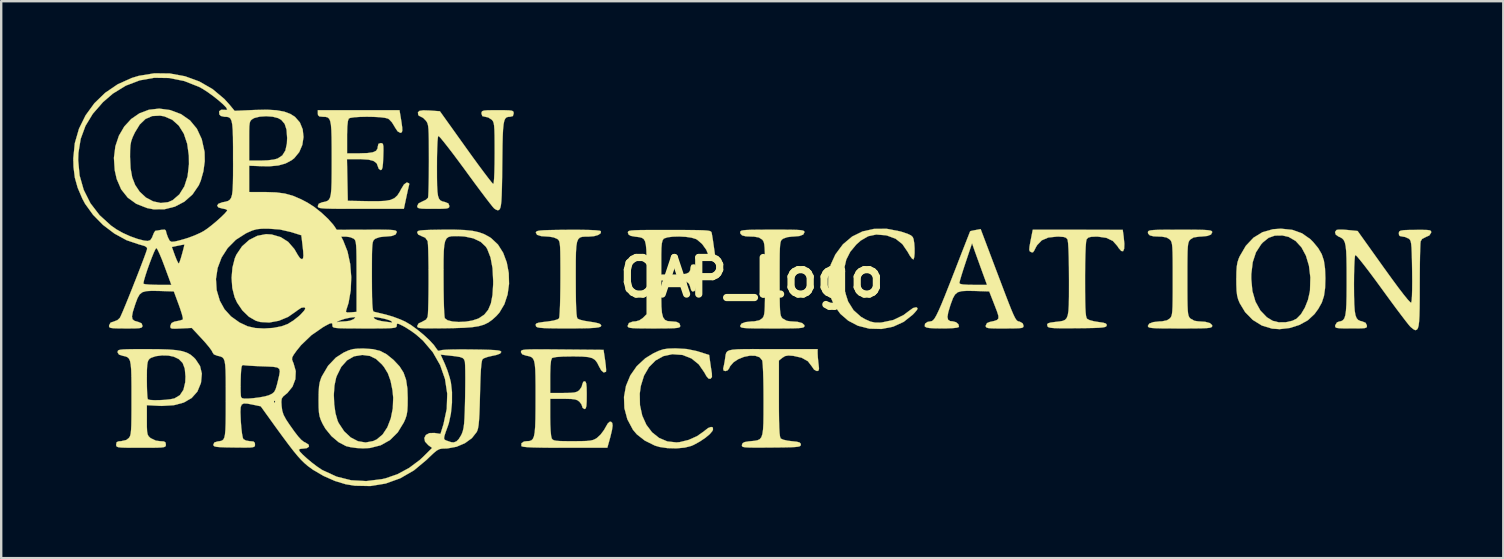
<source format=kicad_pcb>
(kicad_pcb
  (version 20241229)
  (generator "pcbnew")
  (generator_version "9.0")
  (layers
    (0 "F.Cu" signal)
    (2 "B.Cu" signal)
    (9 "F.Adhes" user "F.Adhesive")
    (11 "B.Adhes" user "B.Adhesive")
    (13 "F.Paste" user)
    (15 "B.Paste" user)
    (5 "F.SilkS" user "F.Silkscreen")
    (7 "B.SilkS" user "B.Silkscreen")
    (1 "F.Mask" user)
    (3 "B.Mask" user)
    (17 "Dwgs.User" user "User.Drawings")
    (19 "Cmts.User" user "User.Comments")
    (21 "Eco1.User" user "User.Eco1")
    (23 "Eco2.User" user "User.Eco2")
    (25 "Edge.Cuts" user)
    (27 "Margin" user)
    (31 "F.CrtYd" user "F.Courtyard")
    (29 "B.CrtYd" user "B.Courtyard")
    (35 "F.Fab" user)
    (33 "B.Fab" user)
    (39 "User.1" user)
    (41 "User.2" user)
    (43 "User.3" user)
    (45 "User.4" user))
  (footprint "OAP_Logo"
    (layer "F.Cu")
    (at 28.288 8.517)
    (property "Reference" "OAP_Logo" (at 0 0 0) (layer "F.SilkS") (effects (font (size 1.524 1.524) (thickness 0.3))))
    (attr through_hole)
    (fp_poly (pts (xy -24.247 -6.98) (xy -24.247 -6.98) (xy -23.791 -6.809) (xy -23.419 -6.549) (xy -23.132 -6.202) (xy -22.93 -5.769) (xy -22.814 -5.248) (xy -22.811 -5.229) (xy -22.804 -4.847) (xy -22.86 -4.429) (xy -22.971 -4.034) (xy -23.054 -3.841) (xy -23.314 -3.462) (xy -23.651 -3.163) (xy -24.047 -2.955) (xy -24.482 -2.845) (xy -24.935 -2.842) (xy -25.212 -2.896) (xy -25.658 -3.072) (xy -26.016 -3.331) (xy -26.287 -3.674) (xy -26.473 -4.104) (xy -26.555 -4.465) (xy -26.59 -4.986) (xy -26.585 -5.027) (xy -25.918 -5.027) (xy -25.896 -4.556) (xy -25.828 -4.175) (xy -25.705 -3.858) (xy -25.521 -3.582) (xy -25.516 -3.575) (xy -25.253 -3.331) (xy -24.952 -3.173) (xy -24.637 -3.107) (xy -24.333 -3.14) (xy -24.143 -3.223) (xy -23.862 -3.465) (xy -23.654 -3.799) (xy -23.519 -4.22) (xy -23.462 -4.719) (xy -23.466 -5.073) (xy -23.535 -5.574) (xy -23.677 -5.997) (xy -23.887 -6.332) (xy -24.159 -6.575) (xy -24.489 -6.717) (xy -24.668 -6.747) (xy -24.994 -6.73) (xy -25.273 -6.609) (xy -25.514 -6.377) (xy -25.716 -6.046) (xy -25.81 -5.847) (xy -25.869 -5.683) (xy -25.901 -5.515) (xy -25.915 -5.304) (xy -25.918 -5.027) (xy -26.585 -5.027) (xy -26.529 -5.471) (xy -26.382 -5.91) (xy -26.159 -6.292) (xy -25.87 -6.607) (xy -25.525 -6.844) (xy -25.132 -6.992) (xy -24.703 -7.041) (xy -24.247 -6.98)) (stroke (width 0.01) (type solid)) (fill yes) (layer "F.SilkS"))
    (fp_poly (pts (xy 6.182 -1.922) (xy 6.258 -1.9) (xy 6.491 -1.822) (xy 6.631 -1.756) (xy 6.706 -1.685) (xy 6.739 -1.604) (xy 6.768 -1.429) (xy 6.782 -1.22) (xy 6.782 -1.014) (xy 6.767 -0.848) (xy 6.739 -0.758) (xy 6.731 -0.753) (xy 6.673 -0.791) (xy 6.584 -0.912) (xy 6.492 -1.072) (xy 6.27 -1.396) (xy 5.991 -1.617) (xy 5.637 -1.748) (xy 5.571 -1.761) (xy 5.185 -1.792) (xy 4.849 -1.721) (xy 4.539 -1.541) (xy 4.353 -1.376) (xy 4.101 -1.073) (xy 3.935 -0.745) (xy 3.846 -0.362) (xy 3.823 0.055) (xy 3.871 0.562) (xy 4.011 1) (xy 4.238 1.362) (xy 4.55 1.64) (xy 4.729 1.743) (xy 4.95 1.839) (xy 5.137 1.879) (xy 5.354 1.878) (xy 5.415 1.873) (xy 5.893 1.772) (xy 6.32 1.566) (xy 6.536 1.403) (xy 6.718 1.272) (xy 6.849 1.24) (xy 6.863 1.244) (xy 6.906 1.28) (xy 6.885 1.346) (xy 6.788 1.462) (xy 6.703 1.551) (xy 6.328 1.848) (xy 5.89 2.048) (xy 5.409 2.144) (xy 4.9 2.131) (xy 4.887 2.129) (xy 4.418 2.009) (xy 4.018 1.799) (xy 3.689 1.515) (xy 3.437 1.169) (xy 3.266 0.777) (xy 3.181 0.354) (xy 3.185 -0.087) (xy 3.284 -0.531) (xy 3.482 -0.963) (xy 3.783 -1.368) (xy 3.804 -1.391) (xy 4.18 -1.708) (xy 4.614 -1.921) (xy 5.099 -2.029) (xy 5.624 -2.03) (xy 6.182 -1.922)) (stroke (width 0.01) (type solid)) (fill yes) (layer "F.SilkS"))
    (fp_poly (pts (xy -2.715 2.98) (xy -2.305 3.064) (xy -2.215 3.091) (xy -1.78 3.228) (xy -1.74 3.517) (xy -1.708 3.738) (xy -1.676 3.943) (xy -1.667 3.996) (xy -1.663 4.148) (xy -1.724 4.22) (xy -1.731 4.223) (xy -1.808 4.212) (xy -1.896 4.109) (xy -1.977 3.963) (xy -2.212 3.621) (xy -2.515 3.375) (xy -2.88 3.231) (xy -2.906 3.226) (xy -3.315 3.196) (xy -3.688 3.276) (xy -4.015 3.458) (xy -4.288 3.733) (xy -4.496 4.092) (xy -4.63 4.526) (xy -4.673 4.84) (xy -4.664 5.32) (xy -4.569 5.757) (xy -4.397 6.139) (xy -4.159 6.453) (xy -3.864 6.688) (xy -3.522 6.832) (xy -3.144 6.873) (xy -3.009 6.861) (xy -2.638 6.77) (xy -2.283 6.611) (xy -1.993 6.408) (xy -1.968 6.385) (xy -1.821 6.272) (xy -1.699 6.228) (xy -1.625 6.251) (xy -1.621 6.342) (xy -1.646 6.399) (xy -1.755 6.528) (xy -1.941 6.683) (xy -2.173 6.838) (xy -2.415 6.971) (xy -2.518 7.017) (xy -2.796 7.089) (xy -3.142 7.121) (xy -3.508 7.112) (xy -3.848 7.063) (xy -4.043 7.005) (xy -4.462 6.797) (xy -4.794 6.537) (xy -4.957 6.345) (xy -5.19 5.908) (xy -5.313 5.446) (xy -5.33 4.977) (xy -5.247 4.517) (xy -5.067 4.083) (xy -4.796 3.693) (xy -4.437 3.362) (xy -4.095 3.154) (xy -3.874 3.053) (xy -3.691 2.992) (xy -3.498 2.963) (xy -3.245 2.955) (xy -3.169 2.954) (xy -2.715 2.98)) (stroke (width 0.01) (type solid)) (fill yes) (layer "F.SilkS"))
    (fp_poly (pts (xy 22.523 -1.987) (xy 22.927 -1.844) (xy 23.274 -1.601) (xy 23.391 -1.484) (xy 23.604 -1.227) (xy 23.751 -0.977) (xy 23.843 -0.701) (xy 23.89 -0.368) (xy 23.904 0.03) (xy 23.892 0.442) (xy 23.846 0.768) (xy 23.755 1.045) (xy 23.608 1.308) (xy 23.449 1.525) (xy 23.177 1.779) (xy 22.824 1.975) (xy 22.421 2.103) (xy 21.999 2.152) (xy 21.68 2.13) (xy 21.257 2.001) (xy 20.878 1.767) (xy 20.56 1.443) (xy 20.332 1.066) (xy 20.267 0.907) (xy 20.226 0.747) (xy 20.203 0.552) (xy 20.193 0.288) (xy 20.192 0.091) (xy 20.192 0.061) (xy 20.815 0.061) (xy 20.862 0.563) (xy 20.99 1.004) (xy 21.193 1.373) (xy 21.463 1.655) (xy 21.709 1.805) (xy 21.96 1.867) (xy 22.252 1.864) (xy 22.531 1.802) (xy 22.706 1.715) (xy 22.887 1.529) (xy 23.049 1.257) (xy 23.178 0.934) (xy 23.255 0.596) (xy 23.263 0.528) (xy 23.278 -0.006) (xy 23.22 -0.489) (xy 23.094 -0.91) (xy 22.907 -1.259) (xy 22.664 -1.524) (xy 22.37 -1.694) (xy 22.114 -1.752) (xy 21.797 -1.747) (xy 21.535 -1.654) (xy 21.296 -1.46) (xy 21.223 -1.379) (xy 21.01 -1.048) (xy 20.876 -0.639) (xy 20.817 -0.143) (xy 20.815 0.061) (xy 20.192 0.061) (xy 20.196 -0.228) (xy 20.211 -0.459) (xy 20.241 -0.635) (xy 20.292 -0.79) (xy 20.33 -0.878) (xy 20.589 -1.322) (xy 20.907 -1.659) (xy 21.283 -1.889) (xy 21.718 -2.013) (xy 22.05 -2.036) (xy 22.523 -1.987)) (stroke (width 0.01) (type solid)) (fill yes) (layer "F.SilkS"))
    (fp_poly (pts (xy -15.795 2.985) (xy -15.494 3.059) (xy -15.226 3.199) (xy -14.952 3.421) (xy -14.924 3.447) (xy -14.685 3.702) (xy -14.518 3.964) (xy -14.413 4.262) (xy -14.358 4.625) (xy -14.345 5.025) (xy -14.348 5.336) (xy -14.361 5.56) (xy -14.389 5.732) (xy -14.439 5.886) (xy -14.504 6.035) (xy -14.76 6.455) (xy -15.084 6.776) (xy -15.472 6.993) (xy -15.919 7.106) (xy -16.202 7.121) (xy -16.469 7.107) (xy -16.726 7.072) (xy -16.914 7.027) (xy -17.223 6.864) (xy -17.521 6.613) (xy -17.773 6.304) (xy -17.889 6.104) (xy -17.966 5.937) (xy -18.016 5.789) (xy -18.044 5.626) (xy -18.057 5.412) (xy -18.06 5.113) (xy -18.06 5.086) (xy -18.057 4.884) (xy -17.424 4.884) (xy -17.408 5.281) (xy -17.356 5.655) (xy -17.267 5.968) (xy -17.225 6.061) (xy -16.994 6.41) (xy -16.72 6.666) (xy -16.418 6.823) (xy -16.101 6.876) (xy -15.783 6.817) (xy -15.63 6.745) (xy -15.389 6.541) (xy -15.193 6.243) (xy -15.05 5.873) (xy -14.966 5.455) (xy -14.949 5.008) (xy -14.979 4.7) (xy -15.059 4.305) (xy -15.171 3.994) (xy -15.329 3.734) (xy -15.419 3.623) (xy -15.664 3.395) (xy -15.919 3.269) (xy -16.223 3.229) (xy -16.245 3.229) (xy -16.583 3.285) (xy -16.874 3.453) (xy -17.116 3.726) (xy -17.301 4.102) (xy -17.331 4.187) (xy -17.398 4.506) (xy -17.424 4.884) (xy -18.057 4.884) (xy -18.055 4.766) (xy -18.04 4.534) (xy -18.009 4.357) (xy -17.958 4.201) (xy -17.921 4.116) (xy -17.663 3.678) (xy -17.338 3.337) (xy -17.009 3.126) (xy -16.803 3.034) (xy -16.621 2.983) (xy -16.41 2.962) (xy -16.172 2.96) (xy -15.795 2.985)) (stroke (width 0.01) (type solid)) (fill yes) (layer "F.SilkS"))
    (fp_poly (pts (xy -6.78 -1.982) (xy -6.503 -1.969) (xy -6.34 -1.95) (xy -6.294 -1.933) (xy -6.298 -1.849) (xy -6.4 -1.776) (xy -6.575 -1.724) (xy -6.792 -1.706) (xy -6.95 -1.705) (xy -7.075 -1.696) (xy -7.169 -1.664) (xy -7.238 -1.597) (xy -7.286 -1.481) (xy -7.316 -1.304) (xy -7.332 -1.052) (xy -7.339 -0.712) (xy -7.34 -0.272) (xy -7.34 0.053) (xy -7.338 0.577) (xy -7.333 0.989) (xy -7.323 1.298) (xy -7.309 1.516) (xy -7.29 1.651) (xy -7.266 1.713) (xy -7.265 1.713) (xy -7.169 1.758) (xy -6.991 1.803) (xy -6.782 1.837) (xy -6.566 1.87) (xy -6.398 1.908) (xy -6.317 1.943) (xy -6.278 1.999) (xy -6.294 2.042) (xy -6.376 2.074) (xy -6.534 2.096) (xy -6.78 2.111) (xy -7.124 2.119) (xy -7.577 2.121) (xy -7.649 2.121) (xy -8.092 2.12) (xy -8.428 2.116) (xy -8.67 2.108) (xy -8.834 2.095) (xy -8.934 2.076) (xy -8.984 2.05) (xy -8.996 2.033) (xy -9.013 1.963) (xy -8.985 1.917) (xy -8.893 1.884) (xy -8.714 1.856) (xy -8.53 1.836) (xy -8.271 1.796) (xy -8.098 1.745) (xy -8.036 1.701) (xy -8.021 1.619) (xy -8.008 1.432) (xy -7.996 1.157) (xy -7.988 0.813) (xy -7.982 0.416) (xy -7.98 0.049) (xy -7.98 -0.427) (xy -7.982 -0.797) (xy -7.986 -1.074) (xy -7.993 -1.273) (xy -8.006 -1.41) (xy -8.025 -1.498) (xy -8.051 -1.553) (xy -8.085 -1.589) (xy -8.115 -1.611) (xy -8.265 -1.673) (xy -8.46 -1.705) (xy -8.495 -1.706) (xy -8.781 -1.725) (xy -8.951 -1.778) (xy -9.004 -1.866) (xy -9.002 -1.881) (xy -8.984 -1.914) (xy -8.934 -1.939) (xy -8.837 -1.957) (xy -8.679 -1.97) (xy -8.444 -1.978) (xy -8.118 -1.984) (xy -7.686 -1.988) (xy -7.658 -1.988) (xy -7.167 -1.988) (xy -6.78 -1.982)) (stroke (width 0.01) (type solid)) (fill yes) (layer "F.SilkS"))
    (fp_poly (pts (xy 13.583 -1.991) (xy 15.458 -1.99) (xy 15.495 -1.718) (xy 15.525 -1.407) (xy 15.517 -1.199) (xy 15.473 -1.097) (xy 15.396 -1.106) (xy 15.287 -1.229) (xy 15.234 -1.313) (xy 15.046 -1.524) (xy 14.775 -1.654) (xy 14.415 -1.705) (xy 14.349 -1.706) (xy 14.141 -1.696) (xy 14.021 -1.663) (xy 13.954 -1.594) (xy 13.951 -1.588) (xy 13.931 -1.488) (xy 13.914 -1.276) (xy 13.901 -0.964) (xy 13.892 -0.562) (xy 13.888 -0.08) (xy 13.888 0.083) (xy 13.889 0.576) (xy 13.893 0.96) (xy 13.9 1.249) (xy 13.912 1.457) (xy 13.928 1.597) (xy 13.95 1.682) (xy 13.975 1.723) (xy 14.08 1.777) (xy 14.263 1.825) (xy 14.436 1.853) (xy 14.645 1.883) (xy 14.755 1.918) (xy 14.791 1.968) (xy 14.789 1.998) (xy 14.772 2.034) (xy 14.724 2.061) (xy 14.631 2.08) (xy 14.476 2.094) (xy 14.244 2.103) (xy 13.919 2.109) (xy 13.564 2.113) (xy 13.144 2.116) (xy 12.83 2.115) (xy 12.607 2.109) (xy 12.46 2.096) (xy 12.373 2.076) (xy 12.331 2.048) (xy 12.324 2.035) (xy 12.306 1.958) (xy 12.341 1.91) (xy 12.45 1.878) (xy 12.656 1.85) (xy 12.677 1.848) (xy 12.835 1.83) (xy 12.959 1.807) (xy 13.053 1.765) (xy 13.121 1.69) (xy 13.167 1.57) (xy 13.196 1.389) (xy 13.211 1.134) (xy 13.217 0.793) (xy 13.218 0.35) (xy 13.218 0.078) (xy 13.215 -0.425) (xy 13.208 -0.852) (xy 13.196 -1.192) (xy 13.18 -1.435) (xy 13.161 -1.57) (xy 13.155 -1.588) (xy 13.097 -1.655) (xy 12.994 -1.691) (xy 12.815 -1.704) (xy 12.713 -1.705) (xy 12.356 -1.667) (xy 12.085 -1.551) (xy 11.891 -1.35) (xy 11.842 -1.267) (xy 11.767 -1.119) (xy 11.721 -1.054) (xy 11.678 -1.047) (xy 11.622 -1.067) (xy 11.578 -1.099) (xy 11.562 -1.166) (xy 11.573 -1.295) (xy 11.613 -1.512) (xy 11.62 -1.547) (xy 11.708 -1.992) (xy 13.583 -1.991)) (stroke (width 0.01) (type solid)) (fill yes) (layer "F.SilkS"))
    (fp_poly (pts (xy 18.285 -1.993) (xy 18.616 -1.99) (xy 18.855 -1.984) (xy 19.017 -1.973) (xy 19.116 -1.957) (xy 19.167 -1.935) (xy 19.186 -1.904) (xy 19.187 -1.887) (xy 19.137 -1.791) (xy 18.984 -1.732) (xy 18.72 -1.707) (xy 18.654 -1.706) (xy 18.411 -1.67) (xy 18.273 -1.584) (xy 18.236 -1.54) (xy 18.207 -1.484) (xy 18.185 -1.399) (xy 18.17 -1.272) (xy 18.16 -1.086) (xy 18.155 -0.826) (xy 18.152 -0.478) (xy 18.152 -0.025) (xy 18.152 0.061) (xy 18.152 0.532) (xy 18.154 0.897) (xy 18.159 1.17) (xy 18.168 1.367) (xy 18.182 1.503) (xy 18.203 1.594) (xy 18.23 1.654) (xy 18.266 1.699) (xy 18.273 1.706) (xy 18.444 1.803) (xy 18.601 1.827) (xy 18.894 1.846) (xy 19.091 1.899) (xy 19.182 1.983) (xy 19.187 2.013) (xy 19.18 2.049) (xy 19.148 2.076) (xy 19.078 2.096) (xy 18.953 2.109) (xy 18.759 2.117) (xy 18.482 2.121) (xy 18.105 2.123) (xy 17.847 2.123) (xy 17.409 2.122) (xy 17.079 2.12) (xy 16.84 2.114) (xy 16.678 2.104) (xy 16.579 2.088) (xy 16.528 2.065) (xy 16.509 2.034) (xy 16.507 2.013) (xy 16.565 1.92) (xy 16.732 1.858) (xy 16.998 1.829) (xy 17.093 1.827) (xy 17.301 1.784) (xy 17.421 1.706) (xy 17.458 1.662) (xy 17.487 1.605) (xy 17.509 1.521) (xy 17.524 1.394) (xy 17.534 1.208) (xy 17.539 0.948) (xy 17.542 0.6) (xy 17.542 0.147) (xy 17.542 0.061) (xy 17.542 -0.41) (xy 17.54 -0.775) (xy 17.535 -1.048) (xy 17.526 -1.245) (xy 17.512 -1.382) (xy 17.491 -1.472) (xy 17.464 -1.532) (xy 17.428 -1.577) (xy 17.421 -1.584) (xy 17.285 -1.669) (xy 17.084 -1.704) (xy 16.999 -1.706) (xy 16.742 -1.717) (xy 16.587 -1.756) (xy 16.516 -1.829) (xy 16.507 -1.886) (xy 16.515 -1.921) (xy 16.549 -1.948) (xy 16.623 -1.967) (xy 16.754 -1.98) (xy 16.954 -1.988) (xy 17.24 -1.992) (xy 17.625 -1.993) (xy 17.847 -1.993) (xy 18.285 -1.993)) (stroke (width 0.01) (type solid)) (fill yes) (layer "F.SilkS"))
    (fp_poly (pts (xy 1.291 -1.994) (xy 1.622 -1.992) (xy 1.861 -1.986) (xy 2.022 -1.976) (xy 2.121 -1.96) (xy 2.173 -1.937) (xy 2.191 -1.907) (xy 2.193 -1.888) (xy 2.141 -1.79) (xy 1.984 -1.73) (xy 1.715 -1.707) (xy 1.673 -1.706) (xy 1.478 -1.682) (xy 1.314 -1.624) (xy 1.293 -1.611) (xy 1.251 -1.579) (xy 1.219 -1.538) (xy 1.196 -1.474) (xy 1.179 -1.371) (xy 1.168 -1.215) (xy 1.161 -0.991) (xy 1.158 -0.685) (xy 1.157 -0.28) (xy 1.157 0.034) (xy 1.158 0.51) (xy 1.16 0.879) (xy 1.165 1.156) (xy 1.174 1.357) (xy 1.187 1.496) (xy 1.207 1.589) (xy 1.234 1.65) (xy 1.269 1.695) (xy 1.279 1.706) (xy 1.45 1.803) (xy 1.607 1.827) (xy 1.9 1.846) (xy 2.097 1.899) (xy 2.188 1.983) (xy 2.193 2.013) (xy 2.186 2.049) (xy 2.154 2.076) (xy 2.083 2.096) (xy 1.959 2.109) (xy 1.765 2.117) (xy 1.487 2.121) (xy 1.111 2.123) (xy 0.853 2.123) (xy 0.415 2.122) (xy 0.084 2.12) (xy -0.154 2.114) (xy -0.316 2.104) (xy -0.415 2.088) (xy -0.466 2.065) (xy -0.485 2.034) (xy -0.487 2.013) (xy -0.43 1.92) (xy -0.263 1.858) (xy 0.004 1.829) (xy 0.099 1.827) (xy 0.307 1.784) (xy 0.426 1.706) (xy 0.464 1.662) (xy 0.493 1.605) (xy 0.514 1.521) (xy 0.53 1.394) (xy 0.539 1.208) (xy 0.545 0.948) (xy 0.548 0.6) (xy 0.548 0.147) (xy 0.548 0.061) (xy 0.548 -0.41) (xy 0.546 -0.775) (xy 0.54 -1.048) (xy 0.531 -1.245) (xy 0.517 -1.382) (xy 0.497 -1.472) (xy 0.469 -1.532) (xy 0.433 -1.577) (xy 0.426 -1.584) (xy 0.291 -1.669) (xy 0.089 -1.704) (xy 0.005 -1.706) (xy -0.252 -1.717) (xy -0.407 -1.756) (xy -0.478 -1.829) (xy -0.487 -1.886) (xy -0.479 -1.921) (xy -0.445 -1.948) (xy -0.371 -1.967) (xy -0.241 -1.98) (xy -0.041 -1.988) (xy 0.245 -1.992) (xy 0.63 -1.994) (xy 0.853 -1.995) (xy 1.291 -1.994)) (stroke (width 0.01) (type solid)) (fill yes) (layer "F.SilkS"))
    (fp_poly (pts (xy 0.488 2.984) (xy 0.857 2.985) (xy 2.741 2.985) (xy 2.741 3.159) (xy 2.75 3.329) (xy 2.771 3.545) (xy 2.78 3.616) (xy 2.798 3.788) (xy 2.784 3.871) (xy 2.73 3.896) (xy 2.704 3.897) (xy 2.594 3.841) (xy 2.497 3.701) (xy 2.334 3.488) (xy 2.074 3.343) (xy 1.729 3.265) (xy 1.521 3.25) (xy 1.383 3.275) (xy 1.272 3.344) (xy 1.127 3.461) (xy 1.127 5.047) (xy 1.128 5.559) (xy 1.133 5.96) (xy 1.141 6.263) (xy 1.154 6.479) (xy 1.172 6.62) (xy 1.195 6.696) (xy 1.206 6.712) (xy 1.306 6.759) (xy 1.485 6.8) (xy 1.663 6.822) (xy 1.874 6.845) (xy 1.99 6.877) (xy 2.036 6.927) (xy 2.041 6.964) (xy 2.033 7.002) (xy 2.001 7.031) (xy 1.929 7.051) (xy 1.802 7.065) (xy 1.603 7.075) (xy 1.317 7.081) (xy 0.929 7.085) (xy 0.805 7.086) (xy 0.388 7.089) (xy 0.077 7.089) (xy -0.142 7.085) (xy -0.286 7.076) (xy -0.369 7.06) (xy -0.407 7.035) (xy -0.416 7) (xy -0.413 6.974) (xy -0.383 6.902) (xy -0.3 6.858) (xy -0.135 6.83) (xy -0.04 6.821) (xy 0.115 6.806) (xy 0.236 6.783) (xy 0.328 6.739) (xy 0.394 6.659) (xy 0.438 6.53) (xy 0.466 6.339) (xy 0.481 6.071) (xy 0.486 5.713) (xy 0.487 5.251) (xy 0.487 5.078) (xy 0.485 4.658) (xy 0.479 4.272) (xy 0.469 3.939) (xy 0.456 3.678) (xy 0.441 3.507) (xy 0.431 3.453) (xy 0.324 3.325) (xy 0.145 3.262) (xy -0.08 3.257) (xy -0.324 3.305) (xy -0.561 3.399) (xy -0.765 3.533) (xy -0.908 3.699) (xy -0.948 3.787) (xy -1.012 3.871) (xy -1.105 3.901) (xy -1.181 3.875) (xy -1.195 3.792) (xy -1.195 3.792) (xy -1.165 3.663) (xy -1.131 3.482) (xy -1.125 3.441) (xy -1.107 3.314) (xy -1.092 3.212) (xy -1.067 3.134) (xy -1.018 3.075) (xy -0.932 3.034) (xy -0.798 3.008) (xy -0.601 2.992) (xy -0.33 2.985) (xy 0.029 2.983) (xy 0.488 2.984)) (stroke (width 0.01) (type solid)) (fill yes) (layer "F.SilkS"))
    (fp_poly (pts (xy -11.972 -1.979) (xy -11.645 -1.945) (xy -11.378 -1.887) (xy -11.151 -1.804) (xy -10.943 -1.691) (xy -10.867 -1.641) (xy -10.583 -1.375) (xy -10.365 -1.029) (xy -10.215 -0.625) (xy -10.133 -0.186) (xy -10.121 0.265) (xy -10.181 0.706) (xy -10.315 1.113) (xy -10.524 1.464) (xy -10.648 1.602) (xy -10.817 1.756) (xy -10.983 1.875) (xy -11.164 1.964) (xy -11.379 2.027) (xy -11.648 2.069) (xy -11.99 2.095) (xy -12.424 2.109) (xy -12.715 2.114) (xy -13.132 2.119) (xy -13.443 2.12) (xy -13.664 2.117) (xy -13.809 2.108) (xy -13.894 2.091) (xy -13.935 2.067) (xy -13.948 2.032) (xy -13.949 2.018) (xy -13.89 1.913) (xy -13.753 1.85) (xy -13.578 1.753) (xy -13.516 1.643) (xy -13.502 1.534) (xy -13.492 1.324) (xy -13.484 1.036) (xy -13.478 0.691) (xy -13.475 0.311) (xy -13.475 -0.083) (xy -13.476 -0.333) (xy -12.852 -0.333) (xy -12.851 0.055) (xy -12.849 0.482) (xy -12.843 0.871) (xy -12.834 1.205) (xy -12.823 1.466) (xy -12.809 1.637) (xy -12.797 1.699) (xy -12.68 1.783) (xy -12.476 1.834) (xy -12.218 1.853) (xy -11.934 1.84) (xy -11.657 1.794) (xy -11.417 1.716) (xy -11.38 1.699) (xy -11.156 1.55) (xy -10.991 1.348) (xy -10.877 1.079) (xy -10.81 0.728) (xy -10.783 0.278) (xy -10.782 0.148) (xy -10.809 -0.389) (xy -10.892 -0.836) (xy -11.028 -1.185) (xy -11.093 -1.289) (xy -11.305 -1.488) (xy -11.608 -1.632) (xy -11.978 -1.711) (xy -12.18 -1.723) (xy -12.373 -1.726) (xy -12.525 -1.72) (xy -12.641 -1.691) (xy -12.726 -1.628) (xy -12.784 -1.516) (xy -12.821 -1.344) (xy -12.841 -1.098) (xy -12.85 -0.765) (xy -12.852 -0.333) (xy -13.476 -0.333) (xy -13.477 -0.469) (xy -13.482 -0.825) (xy -13.489 -1.131) (xy -13.499 -1.363) (xy -13.511 -1.501) (xy -13.515 -1.519) (xy -13.611 -1.657) (xy -13.753 -1.719) (xy -13.905 -1.79) (xy -13.949 -1.876) (xy -13.939 -1.914) (xy -13.899 -1.943) (xy -13.811 -1.963) (xy -13.66 -1.976) (xy -13.429 -1.985) (xy -13.101 -1.991) (xy -12.889 -1.994) (xy -12.38 -1.994) (xy -11.972 -1.979)) (stroke (width 0.01) (type solid)) (fill yes) (layer "F.SilkS"))
    (fp_poly (pts (xy 10.199 -0.263) (xy 10.404 0.277) (xy 10.57 0.715) (xy 10.704 1.061) (xy 10.809 1.326) (xy 10.892 1.521) (xy 10.957 1.657) (xy 11.009 1.746) (xy 11.054 1.798) (xy 11.095 1.824) (xy 11.14 1.835) (xy 11.161 1.838) (xy 11.285 1.907) (xy 11.318 1.989) (xy 11.321 2.043) (xy 11.3 2.079) (xy 11.235 2.103) (xy 11.108 2.115) (xy 10.9 2.121) (xy 10.591 2.123) (xy 10.541 2.124) (xy 10.217 2.123) (xy 9.995 2.119) (xy 9.856 2.107) (xy 9.781 2.085) (xy 9.751 2.051) (xy 9.746 2.008) (xy 9.8 1.9) (xy 9.913 1.853) (xy 10.101 1.811) (xy 10.22 1.769) (xy 10.276 1.705) (xy 10.275 1.597) (xy 10.221 1.423) (xy 10.12 1.161) (xy 10.094 1.093) (xy 9.893 0.579) (xy 9.313 0.561) (xy 8.979 0.555) (xy 8.743 0.568) (xy 8.58 0.614) (xy 8.468 0.708) (xy 8.381 0.862) (xy 8.296 1.091) (xy 8.273 1.158) (xy 8.185 1.447) (xy 8.153 1.642) (xy 8.178 1.76) (xy 8.263 1.816) (xy 8.375 1.827) (xy 8.51 1.863) (xy 8.608 1.946) (xy 8.632 2.043) (xy 8.622 2.065) (xy 8.548 2.091) (xy 8.376 2.11) (xy 8.129 2.12) (xy 7.912 2.122) (xy 7.605 2.117) (xy 7.399 2.105) (xy 7.276 2.082) (xy 7.216 2.047) (xy 7.205 2.028) (xy 7.218 1.924) (xy 7.323 1.85) (xy 7.447 1.828) (xy 7.501 1.817) (xy 7.557 1.777) (xy 7.62 1.699) (xy 7.694 1.57) (xy 7.785 1.381) (xy 7.898 1.122) (xy 8.038 0.781) (xy 8.21 0.347) (xy 8.258 0.227) (xy 8.649 0.227) (xy 8.684 0.266) (xy 8.8 0.29) (xy 9.01 0.302) (xy 9.225 0.305) (xy 9.801 0.305) (xy 9.584 -0.289) (xy 9.481 -0.574) (xy 9.382 -0.848) (xy 9.302 -1.07) (xy 9.272 -1.156) (xy 9.177 -1.428) (xy 8.913 -0.64) (xy 8.816 -0.345) (xy 8.735 -0.088) (xy 8.678 0.106) (xy 8.651 0.216) (xy 8.649 0.227) (xy 8.258 0.227) (xy 8.42 -0.189) (xy 8.437 -0.231) (xy 8.602 -0.657) (xy 8.752 -1.043) (xy 8.883 -1.377) (xy 8.987 -1.644) (xy 9.06 -1.83) (xy 9.096 -1.922) (xy 9.099 -1.929) (xy 9.157 -1.945) (xy 9.291 -1.973) (xy 9.321 -1.978) (xy 9.536 -2.019) (xy 10.199 -0.263)) (stroke (width 0.01) (type solid)) (fill yes) (layer "F.SilkS"))
    (fp_poly (pts (xy -14.656 -6.792) (xy -14.604 -6.476) (xy -14.575 -6.261) (xy -14.57 -6.128) (xy -14.588 -6.059) (xy -14.63 -6.034) (xy -14.657 -6.032) (xy -14.765 -6.092) (xy -14.877 -6.26) (xy -14.893 -6.291) (xy -15 -6.465) (xy -15.124 -6.596) (xy -15.167 -6.623) (xy -15.296 -6.657) (xy -15.507 -6.682) (xy -15.769 -6.696) (xy -16.053 -6.701) (xy -16.328 -6.695) (xy -16.565 -6.68) (xy -16.734 -6.654) (xy -16.799 -6.627) (xy -16.837 -6.522) (xy -16.862 -6.299) (xy -16.872 -5.961) (xy -16.872 -5.866) (xy -16.872 -5.177) (xy -16.351 -5.177) (xy -16.023 -5.187) (xy -15.8 -5.219) (xy -15.665 -5.28) (xy -15.603 -5.375) (xy -15.593 -5.454) (xy -15.564 -5.572) (xy -15.469 -5.604) (xy -15.411 -5.596) (xy -15.376 -5.558) (xy -15.359 -5.466) (xy -15.356 -5.298) (xy -15.363 -5.04) (xy -15.375 -4.767) (xy -15.394 -4.595) (xy -15.423 -4.505) (xy -15.466 -4.477) (xy -15.471 -4.477) (xy -15.55 -4.529) (xy -15.582 -4.613) (xy -15.637 -4.758) (xy -15.763 -4.855) (xy -15.974 -4.912) (xy -16.287 -4.933) (xy -16.37 -4.934) (xy -16.876 -4.934) (xy -16.842 -3.198) (xy -15.989 -3.182) (xy -15.585 -3.18) (xy -15.282 -3.195) (xy -15.06 -3.235) (xy -14.898 -3.308) (xy -14.775 -3.421) (xy -14.672 -3.581) (xy -14.622 -3.679) (xy -14.501 -3.878) (xy -14.389 -3.958) (xy -14.372 -3.959) (xy -14.288 -3.927) (xy -14.281 -3.883) (xy -14.304 -3.79) (xy -14.345 -3.613) (xy -14.394 -3.386) (xy -14.405 -3.335) (xy -14.505 -2.863) (xy -16.298 -2.863) (xy -16.812 -2.863) (xy -17.217 -2.864) (xy -17.526 -2.868) (xy -17.752 -2.874) (xy -17.908 -2.884) (xy -18.007 -2.898) (xy -18.062 -2.918) (xy -18.085 -2.945) (xy -18.091 -2.978) (xy -18.091 -2.982) (xy -18.053 -3.075) (xy -17.923 -3.131) (xy -17.88 -3.141) (xy -17.772 -3.163) (xy -17.688 -3.195) (xy -17.625 -3.249) (xy -17.579 -3.341) (xy -17.547 -3.483) (xy -17.528 -3.689) (xy -17.517 -3.973) (xy -17.513 -4.348) (xy -17.512 -4.83) (xy -17.512 -4.934) (xy -17.513 -5.443) (xy -17.517 -5.844) (xy -17.527 -6.149) (xy -17.545 -6.371) (xy -17.576 -6.524) (xy -17.62 -6.62) (xy -17.682 -6.673) (xy -17.764 -6.695) (xy -17.868 -6.7) (xy -17.885 -6.7) (xy -18.027 -6.714) (xy -18.083 -6.769) (xy -18.091 -6.837) (xy -18.091 -6.974) (xy -14.687 -6.974) (xy -14.656 -6.792)) (stroke (width 0.01) (type solid)) (fill yes) (layer "F.SilkS"))
    (fp_poly (pts (xy -24.717 2.988) (xy -24.31 3.001) (xy -23.992 3.027) (xy -23.745 3.069) (xy -23.552 3.132) (xy -23.396 3.217) (xy -23.262 3.329) (xy -23.19 3.404) (xy -23.001 3.688) (xy -22.925 4.004) (xy -22.958 4.366) (xy -22.969 4.412) (xy -23.112 4.755) (xy -23.35 5.022) (xy -23.677 5.211) (xy -24.092 5.322) (xy -24.59 5.352) (xy -24.709 5.348) (xy -25.217 5.321) (xy -25.217 5.945) (xy -25.216 6.228) (xy -25.207 6.416) (xy -25.186 6.535) (xy -25.147 6.612) (xy -25.083 6.675) (xy -25.057 6.696) (xy -24.841 6.799) (xy -24.661 6.822) (xy -24.506 6.832) (xy -24.439 6.875) (xy -24.425 6.959) (xy -24.428 7.009) (xy -24.449 7.045) (xy -24.503 7.069) (xy -24.61 7.084) (xy -24.784 7.092) (xy -25.044 7.096) (xy -25.407 7.096) (xy -25.461 7.096) (xy -25.838 7.096) (xy -26.11 7.093) (xy -26.294 7.086) (xy -26.408 7.072) (xy -26.468 7.049) (xy -26.492 7.014) (xy -26.496 6.966) (xy -26.496 6.959) (xy -26.476 6.864) (xy -26.392 6.827) (xy -26.293 6.822) (xy -26.077 6.773) (xy -25.973 6.694) (xy -25.937 6.647) (xy -25.909 6.584) (xy -25.889 6.492) (xy -25.875 6.353) (xy -25.865 6.154) (xy -25.86 5.878) (xy -25.857 5.512) (xy -25.857 5.039) (xy -25.857 5.028) (xy -25.857 4.53) (xy -25.86 4.263) (xy -25.217 4.263) (xy -25.214 4.558) (xy -25.206 4.808) (xy -25.194 4.988) (xy -25.178 5.073) (xy -25.177 5.076) (xy -25.089 5.102) (xy -24.916 5.113) (xy -24.693 5.111) (xy -24.455 5.098) (xy -24.238 5.074) (xy -24.077 5.041) (xy -24.063 5.037) (xy -23.84 4.903) (xy -23.692 4.68) (xy -23.617 4.364) (xy -23.607 4.127) (xy -23.636 3.799) (xy -23.725 3.563) (xy -23.886 3.399) (xy -24.096 3.299) (xy -24.328 3.252) (xy -24.592 3.247) (xy -24.845 3.279) (xy -25.042 3.346) (xy -25.102 3.386) (xy -25.15 3.443) (xy -25.183 3.525) (xy -25.203 3.654) (xy -25.214 3.852) (xy -25.217 4.142) (xy -25.217 4.263) (xy -25.86 4.263) (xy -25.861 4.14) (xy -25.87 3.843) (xy -25.889 3.627) (xy -25.918 3.478) (xy -25.963 3.38) (xy -26.025 3.322) (xy -26.107 3.288) (xy -26.212 3.265) (xy -26.224 3.262) (xy -26.378 3.212) (xy -26.434 3.129) (xy -26.435 3.104) (xy -26.43 3.063) (xy -26.404 3.033) (xy -26.34 3.012) (xy -26.224 2.998) (xy -26.039 2.99) (xy -25.77 2.986) (xy -25.4 2.985) (xy -25.228 2.985) (xy -24.717 2.988)) (stroke (width 0.01) (type solid)) (fill yes) (layer "F.SilkS"))
    (fp_poly (pts (xy -3.506 -1.981) (xy -3.441 -1.981) (xy -2.936 -1.98) (xy -2.538 -1.979) (xy -2.236 -1.975) (xy -2.016 -1.968) (xy -1.864 -1.957) (xy -1.768 -1.942) (xy -1.713 -1.921) (xy -1.686 -1.893) (xy -1.675 -1.858) (xy -1.652 -1.728) (xy -1.62 -1.53) (xy -1.587 -1.301) (xy -1.555 -1.077) (xy -1.532 -0.897) (xy -1.523 -0.798) (xy -1.523 -0.795) (xy -1.573 -0.742) (xy -1.638 -0.731) (xy -1.745 -0.787) (xy -1.794 -0.898) (xy -1.901 -1.158) (xy -2.074 -1.399) (xy -2.279 -1.575) (xy -2.334 -1.605) (xy -2.516 -1.661) (xy -2.76 -1.696) (xy -3.031 -1.71) (xy -3.294 -1.703) (xy -3.516 -1.675) (xy -3.66 -1.626) (xy -3.681 -1.61) (xy -3.724 -1.54) (xy -3.753 -1.421) (xy -3.77 -1.232) (xy -3.776 -0.95) (xy -3.776 -0.818) (xy -3.776 -0.122) (xy -3.24 -0.122) (xy -2.939 -0.129) (xy -2.739 -0.157) (xy -2.622 -0.213) (xy -2.569 -0.306) (xy -2.558 -0.408) (xy -2.524 -0.521) (xy -2.436 -0.548) (xy -2.378 -0.539) (xy -2.342 -0.496) (xy -2.323 -0.395) (xy -2.316 -0.214) (xy -2.315 -0.007) (xy -2.319 0.269) (xy -2.336 0.443) (xy -2.367 0.538) (xy -2.404 0.569) (xy -2.479 0.583) (xy -2.528 0.532) (xy -2.571 0.392) (xy -2.58 0.358) (xy -2.623 0.254) (xy -2.708 0.186) (xy -2.856 0.145) (xy -3.088 0.127) (xy -3.335 0.123) (xy -3.776 0.122) (xy -3.776 0.839) (xy -3.77 1.212) (xy -3.747 1.48) (xy -3.7 1.66) (xy -3.622 1.766) (xy -3.509 1.817) (xy -3.382 1.827) (xy -3.149 1.847) (xy -3.021 1.91) (xy -2.985 2.012) (xy -2.993 2.051) (xy -3.027 2.08) (xy -3.105 2.099) (xy -3.242 2.112) (xy -3.455 2.119) (xy -3.761 2.122) (xy -4.081 2.123) (xy -4.472 2.122) (xy -4.757 2.119) (xy -4.953 2.111) (xy -5.077 2.098) (xy -5.145 2.076) (xy -5.173 2.046) (xy -5.177 2.012) (xy -5.124 1.895) (xy -4.963 1.836) (xy -4.835 1.827) (xy -4.689 1.785) (xy -4.541 1.684) (xy -4.535 1.678) (xy -4.386 1.528) (xy -4.386 0.01) (xy -4.386 -0.482) (xy -4.389 -0.866) (xy -4.398 -1.156) (xy -4.418 -1.365) (xy -4.452 -1.509) (xy -4.505 -1.6) (xy -4.58 -1.652) (xy -4.681 -1.68) (xy -4.811 -1.697) (xy -4.865 -1.703) (xy -5.047 -1.736) (xy -5.137 -1.789) (xy -5.165 -1.859) (xy -5.167 -1.895) (xy -5.152 -1.923) (xy -5.109 -1.945) (xy -5.023 -1.96) (xy -4.882 -1.97) (xy -4.673 -1.977) (xy -4.383 -1.98) (xy -3.998 -1.981) (xy -3.506 -1.981)) (stroke (width 0.01) (type solid)) (fill yes) (layer "F.SilkS"))
    (fp_poly (pts (xy -8.341 2.995) (xy -7.903 2.999) (xy -6.182 3.015) (xy -6.116 3.457) (xy -6.088 3.675) (xy -6.075 3.842) (xy -6.079 3.926) (xy -6.081 3.929) (xy -6.176 3.958) (xy -6.279 3.869) (xy -6.367 3.711) (xy -6.449 3.549) (xy -6.537 3.435) (xy -6.654 3.36) (xy -6.823 3.316) (xy -7.064 3.295) (xy -7.4 3.289) (xy -7.493 3.289) (xy -7.882 3.295) (xy -8.151 3.314) (xy -8.303 3.345) (xy -8.333 3.362) (xy -8.371 3.467) (xy -8.395 3.69) (xy -8.405 4.029) (xy -8.406 4.124) (xy -8.406 4.812) (xy -7.858 4.812) (xy -7.585 4.808) (xy -7.404 4.793) (xy -7.288 4.761) (xy -7.206 4.708) (xy -7.188 4.69) (xy -7.096 4.558) (xy -7.066 4.447) (xy -7.028 4.347) (xy -6.974 4.325) (xy -6.931 4.345) (xy -6.903 4.421) (xy -6.888 4.572) (xy -6.883 4.819) (xy -6.883 4.903) (xy -6.886 5.179) (xy -6.898 5.354) (xy -6.922 5.447) (xy -6.961 5.481) (xy -6.974 5.482) (xy -7.055 5.433) (xy -7.066 5.391) (xy -7.106 5.283) (xy -7.188 5.177) (xy -7.265 5.118) (xy -7.369 5.081) (xy -7.53 5.062) (xy -7.777 5.056) (xy -7.858 5.056) (xy -8.406 5.056) (xy -8.406 5.821) (xy -8.401 6.124) (xy -8.388 6.39) (xy -8.368 6.592) (xy -8.344 6.702) (xy -8.343 6.704) (xy -8.307 6.752) (xy -8.248 6.785) (xy -8.143 6.806) (xy -7.972 6.817) (xy -7.716 6.821) (xy -7.468 6.822) (xy -7.133 6.82) (xy -6.895 6.813) (xy -6.73 6.797) (xy -6.612 6.769) (xy -6.517 6.725) (xy -6.455 6.685) (xy -6.305 6.546) (xy -6.161 6.353) (xy -6.109 6.261) (xy -6.006 6.083) (xy -5.922 6.009) (xy -5.871 6.011) (xy -5.819 6.063) (xy -5.805 6.175) (xy -5.831 6.363) (xy -5.898 6.642) (xy -5.939 6.792) (xy -6.025 7.096) (xy -7.802 7.096) (xy -8.35 7.095) (xy -8.786 7.09) (xy -9.119 7.083) (xy -9.358 7.071) (xy -9.513 7.056) (xy -9.592 7.036) (xy -9.607 7.023) (xy -9.604 6.905) (xy -9.498 6.836) (xy -9.38 6.822) (xy -9.276 6.816) (xy -9.193 6.789) (xy -9.13 6.729) (xy -9.084 6.622) (xy -9.052 6.456) (xy -9.032 6.218) (xy -9.021 5.895) (xy -9.016 5.474) (xy -9.015 5.016) (xy -9.015 4.519) (xy -9.019 4.131) (xy -9.028 3.836) (xy -9.047 3.621) (xy -9.078 3.473) (xy -9.124 3.376) (xy -9.189 3.317) (xy -9.276 3.283) (xy -9.388 3.259) (xy -9.413 3.254) (xy -9.567 3.203) (xy -9.623 3.118) (xy -9.624 3.099) (xy -9.619 3.065) (xy -9.597 3.039) (xy -9.543 3.019) (xy -9.444 3.005) (xy -9.288 2.997) (xy -9.061 2.993) (xy -8.75 2.992) (xy -8.341 2.995)) (stroke (width 0.01) (type solid)) (fill yes) (layer "F.SilkS"))
    (fp_poly (pts (xy 24.631 -1.996) (xy 24.84 -1.98) (xy 25.248 -1.939) (xy 26.335 -0.416) (xy 26.665 0.041) (xy 26.943 0.418) (xy 27.168 0.712) (xy 27.336 0.918) (xy 27.442 1.03) (xy 27.481 1.05) (xy 27.499 0.971) (xy 27.513 0.785) (xy 27.521 0.507) (xy 27.524 0.15) (xy 27.52 -0.269) (xy 27.52 -0.27) (xy 27.513 -0.696) (xy 27.505 -1.016) (xy 27.495 -1.246) (xy 27.48 -1.405) (xy 27.459 -1.508) (xy 27.431 -1.571) (xy 27.394 -1.611) (xy 27.383 -1.619) (xy 27.228 -1.689) (xy 27.124 -1.706) (xy 27.012 -1.728) (xy 26.975 -1.766) (xy 26.965 -1.858) (xy 26.983 -1.919) (xy 27.048 -1.955) (xy 27.179 -1.975) (xy 27.397 -1.983) (xy 27.641 -1.985) (xy 27.939 -1.986) (xy 28.134 -1.982) (xy 28.249 -1.969) (xy 28.302 -1.942) (xy 28.315 -1.9) (xy 28.311 -1.867) (xy 28.235 -1.752) (xy 28.102 -1.694) (xy 27.935 -1.607) (xy 27.875 -1.508) (xy 27.865 -1.412) (xy 27.857 -1.213) (xy 27.849 -0.925) (xy 27.843 -0.567) (xy 27.839 -0.155) (xy 27.837 0.293) (xy 27.837 0.338) (xy 27.836 0.865) (xy 27.832 1.283) (xy 27.824 1.604) (xy 27.81 1.84) (xy 27.79 2.004) (xy 27.761 2.109) (xy 27.724 2.167) (xy 27.675 2.19) (xy 27.645 2.193) (xy 27.573 2.155) (xy 27.461 2.064) (xy 27.452 2.056) (xy 27.378 1.972) (xy 27.245 1.803) (xy 27.061 1.563) (xy 26.838 1.266) (xy 26.586 0.924) (xy 26.316 0.554) (xy 26.256 0.471) (xy 25.989 0.106) (xy 25.743 -0.224) (xy 25.528 -0.505) (xy 25.352 -0.726) (xy 25.227 -0.875) (xy 25.159 -0.94) (xy 25.152 -0.941) (xy 25.134 -0.872) (xy 25.119 -0.699) (xy 25.107 -0.44) (xy 25.099 -0.113) (xy 25.096 0.263) (xy 25.096 0.293) (xy 25.099 0.758) (xy 25.108 1.116) (xy 25.127 1.382) (xy 25.158 1.57) (xy 25.206 1.694) (xy 25.273 1.77) (xy 25.363 1.812) (xy 25.432 1.827) (xy 25.58 1.887) (xy 25.632 1.991) (xy 25.635 2.049) (xy 25.611 2.086) (xy 25.54 2.109) (xy 25.401 2.119) (xy 25.174 2.122) (xy 24.974 2.122) (xy 24.68 2.121) (xy 24.487 2.114) (xy 24.375 2.1) (xy 24.323 2.072) (xy 24.311 2.027) (xy 24.315 1.989) (xy 24.386 1.871) (xy 24.471 1.838) (xy 24.565 1.818) (xy 24.639 1.776) (xy 24.695 1.7) (xy 24.735 1.576) (xy 24.762 1.391) (xy 24.779 1.131) (xy 24.788 0.782) (xy 24.791 0.331) (xy 24.791 0.091) (xy 24.79 -0.404) (xy 24.784 -0.793) (xy 24.772 -1.089) (xy 24.75 -1.306) (xy 24.716 -1.46) (xy 24.667 -1.564) (xy 24.6 -1.633) (xy 24.512 -1.683) (xy 24.45 -1.708) (xy 24.335 -1.791) (xy 24.306 -1.897) (xy 24.368 -1.982) (xy 24.458 -1.996) (xy 24.631 -1.996)) (stroke (width 0.01) (type solid)) (fill yes) (layer "F.SilkS"))
    (fp_poly (pts (xy -10.306 -6.973) (xy -10.114 -6.967) (xy -10.001 -6.952) (xy -9.947 -6.923) (xy -9.93 -6.876) (xy -9.929 -6.837) (xy -9.96 -6.73) (xy -10.073 -6.7) (xy -10.073 -6.7) (xy -10.158 -6.696) (xy -10.226 -6.675) (xy -10.279 -6.624) (xy -10.319 -6.532) (xy -10.349 -6.387) (xy -10.37 -6.176) (xy -10.384 -5.887) (xy -10.394 -5.507) (xy -10.4 -5.025) (xy -10.404 -4.698) (xy -10.41 -4.166) (xy -10.418 -3.745) (xy -10.428 -3.42) (xy -10.441 -3.179) (xy -10.46 -3.01) (xy -10.485 -2.901) (xy -10.517 -2.838) (xy -10.559 -2.809) (xy -10.602 -2.803) (xy -10.673 -2.834) (xy -10.739 -2.878) (xy -10.8 -2.945) (xy -10.922 -3.098) (xy -11.096 -3.324) (xy -11.312 -3.611) (xy -11.56 -3.944) (xy -11.83 -4.312) (xy -11.924 -4.442) (xy -12.197 -4.812) (xy -12.448 -5.148) (xy -12.669 -5.436) (xy -12.85 -5.665) (xy -12.982 -5.823) (xy -13.056 -5.899) (xy -13.067 -5.903) (xy -13.087 -5.835) (xy -13.104 -5.656) (xy -13.116 -5.379) (xy -13.124 -5.014) (xy -13.126 -4.623) (xy -13.125 -4.173) (xy -13.12 -3.83) (xy -13.106 -3.577) (xy -13.081 -3.401) (xy -13.041 -3.285) (xy -12.982 -3.214) (xy -12.901 -3.173) (xy -12.795 -3.147) (xy -12.79 -3.146) (xy -12.65 -3.089) (xy -12.609 -2.986) (xy -12.616 -2.932) (xy -12.652 -2.897) (xy -12.738 -2.876) (xy -12.896 -2.866) (xy -13.145 -2.863) (xy -13.279 -2.863) (xy -13.572 -2.864) (xy -13.765 -2.871) (xy -13.878 -2.888) (xy -13.932 -2.917) (xy -13.948 -2.962) (xy -13.949 -2.98) (xy -13.893 -3.089) (xy -13.741 -3.166) (xy -13.592 -3.236) (xy -13.502 -3.318) (xy -13.497 -3.328) (xy -13.487 -3.413) (xy -13.478 -3.601) (xy -13.471 -3.876) (xy -13.465 -4.219) (xy -13.462 -4.612) (xy -13.461 -4.9) (xy -13.462 -5.364) (xy -13.464 -5.722) (xy -13.47 -5.99) (xy -13.479 -6.184) (xy -13.494 -6.32) (xy -13.516 -6.413) (xy -13.546 -6.48) (xy -13.585 -6.536) (xy -13.588 -6.54) (xy -13.697 -6.65) (xy -13.79 -6.7) (xy -13.794 -6.7) (xy -13.886 -6.749) (xy -13.906 -6.782) (xy -13.919 -6.885) (xy -13.854 -6.946) (xy -13.696 -6.969) (xy -13.433 -6.961) (xy -13.43 -6.96) (xy -13.003 -6.93) (xy -11.92 -5.414) (xy -11.649 -5.037) (xy -11.399 -4.694) (xy -11.179 -4.398) (xy -10.998 -4.16) (xy -10.866 -3.992) (xy -10.791 -3.907) (xy -10.779 -3.898) (xy -10.759 -3.957) (xy -10.743 -4.127) (xy -10.731 -4.395) (xy -10.723 -4.752) (xy -10.72 -5.177) (xy -10.721 -5.606) (xy -10.724 -5.929) (xy -10.731 -6.164) (xy -10.743 -6.328) (xy -10.762 -6.437) (xy -10.788 -6.509) (xy -10.825 -6.56) (xy -10.842 -6.578) (xy -10.987 -6.671) (xy -11.116 -6.7) (xy -11.234 -6.727) (xy -11.268 -6.825) (xy -11.269 -6.837) (xy -11.264 -6.897) (xy -11.234 -6.936) (xy -11.16 -6.959) (xy -11.018 -6.971) (xy -10.79 -6.974) (xy -10.599 -6.974) (xy -10.306 -6.973)) (stroke (width 0.01) (type solid)) (fill yes) (layer "F.SilkS"))
    (fp_poly (pts (xy -24.259 -8.504) (xy -23.629 -8.389) (xy -23.03 -8.171) (xy -22.479 -7.854) (xy -21.991 -7.445) (xy -21.789 -7.223) (xy -21.559 -6.946) (xy -20.723 -6.984) (xy -20.218 -6.995) (xy -19.813 -6.972) (xy -19.491 -6.914) (xy -19.233 -6.817) (xy -19.043 -6.696) (xy -18.839 -6.463) (xy -18.721 -6.174) (xy -18.688 -5.853) (xy -18.737 -5.529) (xy -18.866 -5.227) (xy -19.074 -4.974) (xy -19.181 -4.89) (xy -19.439 -4.753) (xy -19.735 -4.67) (xy -20.098 -4.636) (xy -20.417 -4.639) (xy -20.954 -4.66) (xy -20.953 -4.112) (xy -20.953 -3.563) (xy -20.268 -3.562) (xy -19.829 -3.548) (xy -19.466 -3.5) (xy -19.135 -3.409) (xy -18.793 -3.263) (xy -18.522 -3.121) (xy -18.238 -2.939) (xy -17.94 -2.703) (xy -17.665 -2.446) (xy -17.449 -2.202) (xy -17.402 -2.137) (xy -17.303 -1.989) (xy -16.052 -1.993) (xy -15.631 -1.994) (xy -15.316 -1.993) (xy -15.093 -1.987) (xy -14.945 -1.976) (xy -14.857 -1.959) (xy -14.815 -1.934) (xy -14.802 -1.9) (xy -14.801 -1.889) (xy -14.852 -1.791) (xy -15.007 -1.731) (xy -15.272 -1.707) (xy -15.321 -1.706) (xy -15.516 -1.682) (xy -15.68 -1.624) (xy -15.702 -1.611) (xy -15.744 -1.578) (xy -15.777 -1.535) (xy -15.8 -1.469) (xy -15.817 -1.362) (xy -15.828 -1.201) (xy -15.834 -0.969) (xy -15.836 -0.652) (xy -15.837 -0.233) (xy -15.837 -0.056) (xy -15.835 0.43) (xy -15.831 0.805) (xy -15.822 1.08) (xy -15.808 1.267) (xy -15.79 1.378) (xy -15.765 1.422) (xy -15.761 1.424) (xy -15.667 1.447) (xy -15.491 1.489) (xy -15.271 1.542) (xy -15.258 1.545) (xy -14.966 1.63) (xy -14.652 1.747) (xy -14.446 1.84) (xy -14.213 1.978) (xy -13.95 2.169) (xy -13.684 2.386) (xy -13.444 2.608) (xy -13.257 2.81) (xy -13.161 2.946) (xy -13.082 3.052) (xy -13.009 3.049) (xy -13.002 3.044) (xy -12.914 3.022) (xy -12.714 3.007) (xy -12.414 2.998) (xy -12.022 2.996) (xy -11.687 2.999) (xy -11.262 3.005) (xy -10.944 3.014) (xy -10.718 3.025) (xy -10.571 3.04) (xy -10.486 3.061) (xy -10.451 3.088) (xy -10.446 3.106) (xy -10.496 3.173) (xy -10.651 3.229) (xy -10.794 3.259) (xy -10.998 3.305) (xy -11.158 3.361) (xy -11.22 3.399) (xy -11.249 3.464) (xy -11.273 3.605) (xy -11.293 3.831) (xy -11.31 4.154) (xy -11.324 4.582) (xy -11.331 4.861) (xy -11.343 5.325) (xy -11.356 5.684) (xy -11.372 5.954) (xy -11.391 6.151) (xy -11.415 6.291) (xy -11.446 6.391) (xy -11.468 6.438) (xy -11.67 6.695) (xy -11.96 6.905) (xy -12.308 7.053) (xy -12.685 7.123) (xy -12.79 7.127) (xy -12.92 7.131) (xy -13.026 7.154) (xy -13.131 7.21) (xy -13.261 7.315) (xy -13.44 7.484) (xy -13.559 7.6) (xy -14.085 8.038) (xy -14.656 8.368) (xy -15.264 8.587) (xy -15.898 8.691) (xy -16.548 8.678) (xy -16.929 8.616) (xy -17.379 8.479) (xy -17.85 8.271) (xy -18.289 8.015) (xy -18.51 7.854) (xy -18.644 7.739) (xy -18.781 7.605) (xy -18.931 7.44) (xy -19.105 7.229) (xy -19.312 6.961) (xy -19.564 6.622) (xy -19.872 6.2) (xy -19.98 6.049) (xy -20.47 5.368) (xy -20.807 5.298) (xy -21.025 5.256) (xy -21.174 5.249) (xy -21.263 5.294) (xy -21.307 5.407) (xy -21.317 5.605) (xy -21.305 5.904) (xy -21.302 5.975) (xy -21.28 6.263) (xy -21.251 6.505) (xy -21.219 6.673) (xy -21.194 6.735) (xy -21.086 6.795) (xy -20.925 6.822) (xy -20.916 6.822) (xy -20.774 6.835) (xy -20.717 6.891) (xy -20.71 6.959) (xy -20.713 7.013) (xy -20.736 7.05) (xy -20.797 7.073) (xy -20.914 7.086) (xy -21.107 7.089) (xy -21.394 7.087) (xy -21.578 7.085) (xy -21.92 7.08) (xy -22.159 7.071) (xy -22.312 7.058) (xy -22.399 7.037) (xy -22.437 7.006) (xy -22.446 6.963) (xy -22.401 6.873) (xy -22.263 6.832) (xy -22.166 6.819) (xy -22.089 6.798) (xy -22.031 6.753) (xy -21.989 6.673) (xy -21.961 6.543) (xy -21.943 6.35) (xy -21.933 6.08) (xy -21.929 5.72) (xy -21.928 5.257) (xy -21.928 5.177) (xy -19.918 5.177) (xy -19.896 5.228) (xy -19.877 5.218) (xy -19.873 5.173) (xy -19.611 5.173) (xy -19.6 5.357) (xy -19.574 5.552) (xy -19.519 5.724) (xy -19.417 5.914) (xy -19.279 6.122) (xy -19.07 6.417) (xy -18.909 6.626) (xy -18.782 6.764) (xy -18.673 6.849) (xy -18.593 6.888) (xy -18.472 6.968) (xy -18.46 7.051) (xy -18.55 7.112) (xy -18.669 7.127) (xy -18.81 7.14) (xy -18.881 7.174) (xy -18.882 7.181) (xy -18.837 7.259) (xy -18.715 7.387) (xy -18.542 7.545) (xy -18.34 7.714) (xy -18.132 7.872) (xy -17.944 8) (xy -17.893 8.03) (xy -17.305 8.3) (xy -16.7 8.451) (xy -16.072 8.485) (xy -15.414 8.403) (xy -15.266 8.369) (xy -14.774 8.199) (xy -14.285 7.936) (xy -13.84 7.603) (xy -13.702 7.475) (xy -13.327 7.103) (xy -13.486 6.988) (xy -13.623 6.839) (xy -13.652 6.689) (xy -13.588 6.563) (xy -13.441 6.485) (xy -13.225 6.479) (xy -13.22 6.48) (xy -12.979 6.518) (xy -12.853 6.11) (xy -12.717 5.474) (xy -12.697 4.843) (xy -12.79 4.231) (xy -12.993 3.649) (xy -13.241 3.214) (xy -12.973 3.214) (xy -12.797 3.603) (xy -12.689 3.875) (xy -12.594 4.175) (xy -12.545 4.373) (xy -12.499 4.773) (xy -12.5 5.221) (xy -12.544 5.667) (xy -12.629 6.064) (xy -12.668 6.182) (xy -12.761 6.439) (xy -12.815 6.605) (xy -12.83 6.703) (xy -12.806 6.757) (xy -12.744 6.791) (xy -12.69 6.81) (xy -12.53 6.864) (xy -12.43 6.873) (xy -12.337 6.839) (xy -12.307 6.824) (xy -12.217 6.734) (xy -12.12 6.577) (xy -12.085 6.504) (xy -12.047 6.396) (xy -12.017 6.265) (xy -11.994 6.093) (xy -11.978 5.861) (xy -11.965 5.551) (xy -11.955 5.145) (xy -11.951 4.944) (xy -11.946 4.55) (xy -11.944 4.191) (xy -11.946 3.886) (xy -11.952 3.657) (xy -11.96 3.523) (xy -11.963 3.504) (xy -11.995 3.415) (xy -12.053 3.355) (xy -12.163 3.314) (xy -12.35 3.283) (xy -12.567 3.258) (xy -12.973 3.214) (xy -13.241 3.214) (xy -13.3 3.111) (xy -13.709 2.629) (xy -13.994 2.378) (xy -14.205 2.224) (xy -14.428 2.081) (xy -14.543 2.017) (xy -14.698 1.941) (xy -14.774 1.92) (xy -14.799 1.952) (xy -14.801 2.004) (xy -14.807 2.043) (xy -14.832 2.072) (xy -14.892 2.093) (xy -15.003 2.107) (xy -15.178 2.116) (xy -15.434 2.121) (xy -15.785 2.123) (xy -16.141 2.123) (xy -16.578 2.122) (xy -16.908 2.12) (xy -17.147 2.115) (xy -17.308 2.105) (xy -17.407 2.089) (xy -17.459 2.067) (xy -17.479 2.036) (xy -17.482 2.006) (xy -17.488 1.927) (xy -17.522 1.899) (xy -17.606 1.924) (xy -17.762 2.005) (xy -17.875 2.07) (xy -18.359 2.405) (xy -18.79 2.819) (xy -18.979 3.052) (xy -19.101 3.223) (xy -19.16 3.333) (xy -19.165 3.421) (xy -19.126 3.525) (xy -19.105 3.57) (xy -19.011 3.899) (xy -19.027 4.235) (xy -19.146 4.549) (xy -19.36 4.813) (xy -19.415 4.858) (xy -19.536 4.958) (xy -19.595 5.048) (xy -19.611 5.173) (xy -19.873 5.173) (xy -19.87 5.146) (xy -19.877 5.137) (xy -19.914 5.145) (xy -19.918 5.177) (xy -21.928 5.177) (xy -21.928 5.056) (xy -21.928 4.554) (xy -21.928 4.533) (xy -21.31 4.533) (xy -21.308 4.766) (xy -21.299 4.928) (xy -21.289 4.984) (xy -21.25 5.028) (xy -21.158 5.048) (xy -20.989 5.046) (xy -20.79 5.03) (xy -20.533 4.998) (xy -20.299 4.955) (xy -20.135 4.909) (xy -20.128 4.906) (xy -19.997 4.843) (xy -19.91 4.768) (xy -19.848 4.65) (xy -19.791 4.457) (xy -19.761 4.335) (xy -19.702 4.085) (xy -19.675 3.915) (xy -19.697 3.809) (xy -19.784 3.749) (xy -19.952 3.721) (xy -20.217 3.708) (xy -20.39 3.702) (xy -20.68 3.69) (xy -20.93 3.676) (xy -21.113 3.662) (xy -21.197 3.65) (xy -21.239 3.657) (xy -21.268 3.717) (xy -21.287 3.849) (xy -21.3 4.073) (xy -21.306 4.26) (xy -21.31 4.533) (xy -21.928 4.533) (xy -21.93 4.16) (xy -21.937 3.86) (xy -21.952 3.641) (xy -21.976 3.489) (xy -22.013 3.39) (xy -22.066 3.329) (xy -22.137 3.295) (xy -22.229 3.271) (xy -22.278 3.261) (xy -22.423 3.204) (xy -22.476 3.126) (xy -22.516 3.045) (xy -22.623 2.899) (xy -22.779 2.713) (xy -22.911 2.567) (xy -23.346 2.101) (xy -23.8 2.123) (xy -24.03 2.133) (xy -24.164 2.129) (xy -24.225 2.105) (xy -24.238 2.053) (xy -24.233 2.002) (xy -24.19 1.899) (xy -24.078 1.842) (xy -23.983 1.822) (xy -23.825 1.789) (xy -23.724 1.753) (xy -23.715 1.746) (xy -23.718 1.676) (xy -23.758 1.519) (xy -23.828 1.301) (xy -23.884 1.143) (xy -24.092 0.579) (xy -24.674 0.561) (xy -25.008 0.555) (xy -25.245 0.568) (xy -25.407 0.614) (xy -25.52 0.707) (xy -25.607 0.861) (xy -25.692 1.089) (xy -25.715 1.158) (xy -25.802 1.434) (xy -25.837 1.62) (xy -25.816 1.736) (xy -25.736 1.804) (xy -25.592 1.847) (xy -25.581 1.849) (xy -25.44 1.907) (xy -25.4 2.005) (xy -25.408 2.056) (xy -25.445 2.09) (xy -25.531 2.111) (xy -25.688 2.12) (xy -25.936 2.123) (xy -26.104 2.123) (xy -26.405 2.121) (xy -26.604 2.115) (xy -26.722 2.1) (xy -26.778 2.074) (xy -26.793 2.032) (xy -26.789 1.989) (xy -26.728 1.879) (xy -26.602 1.838) (xy -26.442 1.775) (xy -26.342 1.681) (xy -26.297 1.588) (xy -26.215 1.402) (xy -26.107 1.142) (xy -25.979 0.828) (xy -25.84 0.481) (xy -25.74 0.228) (xy -25.36 0.228) (xy -25.358 0.259) (xy -25.29 0.279) (xy -25.128 0.294) (xy -24.901 0.303) (xy -24.764 0.305) (xy -24.197 0.305) (xy -24.286 0.06) (xy -22.337 0.06) (xy -22.308 0.522) (xy -22.174 0.972) (xy -21.982 1.32) (xy -21.71 1.621) (xy -21.353 1.876) (xy -21.014 2.034) (xy -20.704 2.104) (xy -20.334 2.125) (xy -19.947 2.1) (xy -19.591 2.03) (xy -19.339 1.935) (xy -19.225 1.863) (xy -17.298 1.863) (xy -17.279 1.859) (xy -17.143 1.838) (xy -16.961 1.827) (xy -16.94 1.827) (xy -16.755 1.802) (xy -16.606 1.74) (xy -16.595 1.732) (xy -16.531 1.674) (xy -16.541 1.661) (xy -15.764 1.661) (xy -15.738 1.707) (xy -15.726 1.719) (xy -15.625 1.769) (xy -15.451 1.814) (xy -15.333 1.832) (xy -15.151 1.856) (xy -15.027 1.873) (xy -14.996 1.88) (xy -15.002 1.849) (xy -15.012 1.832) (xy -15.087 1.788) (xy -15.241 1.738) (xy -15.353 1.71) (xy -15.588 1.663) (xy -15.719 1.647) (xy -15.764 1.661) (xy -16.541 1.661) (xy -16.546 1.653) (xy -16.657 1.661) (xy -16.739 1.672) (xy -16.958 1.718) (xy -17.163 1.785) (xy -17.196 1.799) (xy -17.293 1.849) (xy -17.298 1.863) (xy -19.225 1.863) (xy -19.109 1.791) (xy -18.88 1.61) (xy -18.796 1.53) (xy -18.665 1.386) (xy -18.614 1.303) (xy -18.633 1.257) (xy -18.659 1.244) (xy -18.78 1.261) (xy -18.955 1.377) (xy -18.986 1.403) (xy -19.33 1.642) (xy -19.715 1.802) (xy -20.109 1.875) (xy -20.486 1.855) (xy -20.674 1.802) (xy -20.966 1.633) (xy -21.236 1.37) (xy -21.458 1.042) (xy -21.56 0.817) (xy -21.656 0.437) (xy -21.685 0.011) (xy -21.649 -0.416) (xy -21.551 -0.801) (xy -21.485 -0.953) (xy -21.25 -1.3) (xy -20.953 -1.565) (xy -20.613 -1.738) (xy -20.249 -1.808) (xy -20.014 -1.793) (xy -19.638 -1.684) (xy -19.328 -1.487) (xy -19.07 -1.189) (xy -18.92 -0.931) (xy -18.833 -0.806) (xy -18.753 -0.763) (xy -18.743 -0.765) (xy -18.705 -0.808) (xy -18.692 -0.913) (xy -18.702 -1.102) (xy -18.721 -1.277) (xy -18.771 -1.706) (xy -17.119 -1.706) (xy -17.029 -1.53) (xy -16.853 -1.083) (xy -16.742 -0.567) (xy -16.698 -0.014) (xy -16.72 0.539) (xy -16.811 1.06) (xy -16.907 1.359) (xy -16.919 1.43) (xy -16.865 1.456) (xy -16.718 1.451) (xy -16.713 1.451) (xy -16.476 1.431) (xy -16.476 -0.051) (xy -16.477 -0.515) (xy -16.479 -0.872) (xy -16.484 -1.137) (xy -16.494 -1.326) (xy -16.508 -1.454) (xy -16.529 -1.535) (xy -16.557 -1.585) (xy -16.594 -1.618) (xy -16.595 -1.619) (xy -16.739 -1.68) (xy -16.916 -1.706) (xy -17.119 -1.706) (xy -18.771 -1.706) (xy -18.777 -1.76) (xy -19.211 -1.896) (xy -19.674 -2.002) (xy -20.163 -2.037) (xy -20.436 -2.034) (xy -20.636 -2.013) (xy -20.812 -1.964) (xy -21.013 -1.877) (xy -21.088 -1.841) (xy -21.507 -1.573) (xy -21.847 -1.231) (xy -22.102 -0.834) (xy -22.267 -0.398) (xy -22.337 0.06) (xy -24.286 0.06) (xy -24.479 -0.463) (xy -24.586 -0.745) (xy -24.685 -0.981) (xy -24.764 -1.149) (xy -24.814 -1.228) (xy -24.821 -1.231) (xy -24.862 -1.178) (xy -24.929 -1.035) (xy -25.013 -0.828) (xy -25.105 -0.585) (xy -25.196 -0.331) (xy -25.274 -0.093) (xy -25.332 0.102) (xy -25.36 0.228) (xy -25.74 0.228) (xy -25.697 0.121) (xy -25.559 -0.233) (xy -25.433 -0.56) (xy -25.327 -0.84) (xy -25.25 -1.053) (xy -25.209 -1.179) (xy -25.205 -1.195) (xy -25.222 -1.261) (xy -25.243 -1.273) (xy -24.175 -1.273) (xy -24.045 -0.912) (xy -23.973 -0.731) (xy -23.914 -0.614) (xy -23.882 -0.584) (xy -23.85 -0.656) (xy -23.798 -0.811) (xy -23.746 -0.993) (xy -23.694 -1.187) (xy -23.661 -1.325) (xy -23.653 -1.375) (xy -23.713 -1.367) (xy -23.852 -1.34) (xy -23.919 -1.327) (xy -24.175 -1.273) (xy -25.243 -1.273) (xy -25.314 -1.315) (xy -25.502 -1.37) (xy -25.543 -1.38) (xy -26.061 -1.555) (xy -26.569 -1.832) (xy -27.043 -2.191) (xy -27.459 -2.613) (xy -27.793 -3.076) (xy -27.907 -3.289) (xy -28.1 -3.74) (xy -28.218 -4.161) (xy -28.274 -4.606) (xy -28.281 -4.892) (xy -28.08 -4.892) (xy -28.021 -4.255) (xy -27.849 -3.653) (xy -27.57 -3.097) (xy -27.188 -2.598) (xy -26.711 -2.165) (xy -26.486 -2.008) (xy -26.218 -1.857) (xy -25.912 -1.719) (xy -25.605 -1.609) (xy -25.336 -1.539) (xy -25.185 -1.523) (xy -25.074 -1.556) (xy -24.997 -1.672) (xy -24.974 -1.736) (xy -24.916 -1.875) (xy -24.863 -1.947) (xy -24.855 -1.949) (xy -24.766 -1.96) (xy -24.618 -1.987) (xy -24.616 -1.987) (xy -24.469 -1.997) (xy -24.425 -1.955) (xy -24.403 -1.855) (xy -24.349 -1.702) (xy -24.338 -1.674) (xy -24.269 -1.537) (xy -24.191 -1.488) (xy -24.058 -1.499) (xy -24.048 -1.501) (xy -23.879 -1.541) (xy -23.652 -1.605) (xy -23.484 -1.657) (xy -23.232 -1.752) (xy -22.98 -1.865) (xy -22.852 -1.934) (xy -22.697 -2.038) (xy -22.508 -2.184) (xy -22.309 -2.35) (xy -22.123 -2.518) (xy -21.973 -2.664) (xy -21.883 -2.77) (xy -21.867 -2.805) (xy -21.92 -2.844) (xy -22.05 -2.873) (xy -22.065 -2.874) (xy -22.231 -2.919) (xy -22.288 -2.994) (xy -22.236 -3.073) (xy -22.074 -3.134) (xy -22.068 -3.135) (xy -21.938 -3.16) (xy -21.837 -3.19) (xy -21.76 -3.24) (xy -21.704 -3.323) (xy -21.666 -3.453) (xy -21.642 -3.644) (xy -21.63 -3.91) (xy -21.624 -4.264) (xy -21.623 -4.72) (xy -21.624 -4.939) (xy -21.624 -5.448) (xy -21.627 -5.694) (xy -20.953 -5.694) (xy -20.953 -4.873) (xy -20.464 -4.873) (xy -20.174 -4.885) (xy -19.924 -4.917) (xy -19.768 -4.959) (xy -19.571 -5.089) (xy -19.444 -5.293) (xy -19.38 -5.583) (xy -19.37 -5.817) (xy -19.394 -6.159) (xy -19.473 -6.404) (xy -19.614 -6.57) (xy -19.748 -6.645) (xy -19.973 -6.703) (xy -20.244 -6.723) (xy -20.512 -6.705) (xy -20.73 -6.651) (xy -20.797 -6.617) (xy -20.86 -6.572) (xy -20.903 -6.52) (xy -20.93 -6.439) (xy -20.946 -6.307) (xy -20.952 -6.103) (xy -20.953 -5.806) (xy -20.953 -5.694) (xy -21.627 -5.694) (xy -21.628 -5.848) (xy -21.638 -6.152) (xy -21.657 -6.374) (xy -21.687 -6.526) (xy -21.731 -6.621) (xy -21.792 -6.674) (xy -21.872 -6.696) (xy -21.974 -6.7) (xy -21.987 -6.7) (xy -22.132 -6.733) (xy -22.196 -6.797) (xy -22.205 -6.929) (xy -22.119 -6.992) (xy -22.012 -6.989) (xy -21.902 -6.984) (xy -21.867 -7.007) (xy -21.915 -7.091) (xy -22.042 -7.222) (xy -22.226 -7.384) (xy -22.444 -7.557) (xy -22.674 -7.724) (xy -22.894 -7.866) (xy -23.039 -7.946) (xy -23.662 -8.191) (xy -24.289 -8.316) (xy -24.909 -8.325) (xy -25.514 -8.218) (xy -26.092 -7.998) (xy -26.635 -7.665) (xy -27.047 -7.309) (xy -27.47 -6.824) (xy -27.777 -6.319) (xy -27.975 -5.78) (xy -28.07 -5.191) (xy -28.08 -4.892) (xy -28.281 -4.892) (xy -28.283 -4.965) (xy -28.22 -5.599) (xy -28.046 -6.201) (xy -27.771 -6.759) (xy -27.405 -7.262) (xy -26.956 -7.697) (xy -26.435 -8.052) (xy -25.85 -8.316) (xy -25.552 -8.406) (xy -24.905 -8.512) (xy -24.259 -8.504)) (stroke (width 0.01) (type solid)) (fill yes) (layer "F.SilkS")))
  (gr_rect
    (start -3 -3)
    (end 59.608 20.213)
    (stroke (width 0.1) (type default))
    (fill no)
    (layer "Edge.Cuts")))
</source>
